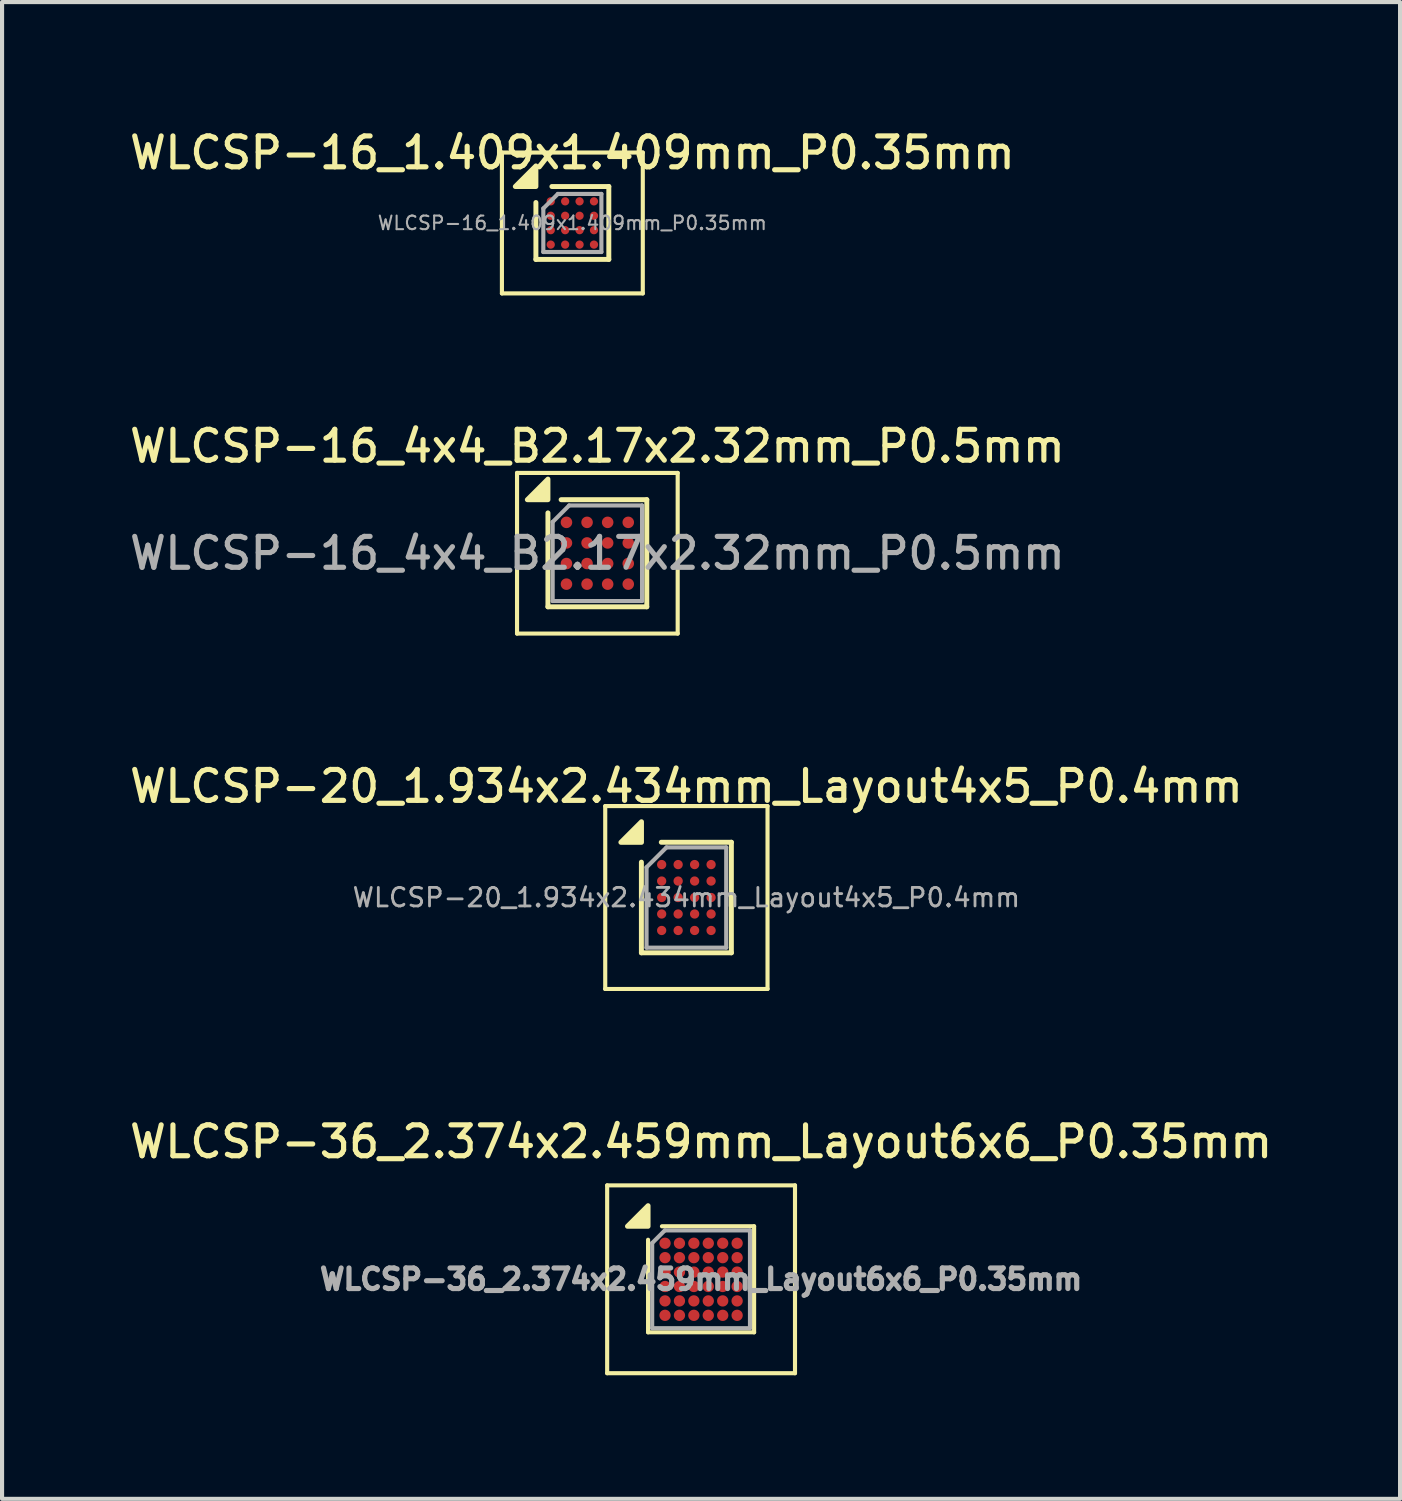
<source format=kicad_pcb>
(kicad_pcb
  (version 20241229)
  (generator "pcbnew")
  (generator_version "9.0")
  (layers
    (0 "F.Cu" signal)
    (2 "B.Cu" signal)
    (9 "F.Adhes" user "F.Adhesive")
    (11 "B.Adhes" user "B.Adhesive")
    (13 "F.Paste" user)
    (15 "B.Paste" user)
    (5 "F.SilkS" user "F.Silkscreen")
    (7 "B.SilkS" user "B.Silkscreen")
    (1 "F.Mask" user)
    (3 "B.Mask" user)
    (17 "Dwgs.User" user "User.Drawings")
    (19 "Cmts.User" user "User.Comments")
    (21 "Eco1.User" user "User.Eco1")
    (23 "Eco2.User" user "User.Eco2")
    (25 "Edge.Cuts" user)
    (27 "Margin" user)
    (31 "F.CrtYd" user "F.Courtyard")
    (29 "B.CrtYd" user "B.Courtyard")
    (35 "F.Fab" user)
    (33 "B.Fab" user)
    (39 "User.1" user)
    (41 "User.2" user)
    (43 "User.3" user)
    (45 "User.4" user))
  (footprint "WLCSP-16_1.409x1.409mm_P0.35mm"
    (layer "F.Cu")
    (at 10.845 2.363)
    (property "Reference" "WLCSP-16_1.409x1.409mm_P0.35mm" (at 0 -1.704 0) (layer "F.SilkS") (effects (font (size 0.75 0.75) (thickness 0.125))))
    (attr smd)
    (fp_line (start -1.71 -1.71) (end -1.71 1.71) (stroke (width 0.1) (type solid)) (layer "F.SilkS"))
    (fp_line (start -1.71 1.71) (end 1.71 1.71) (stroke (width 0.1) (type solid)) (layer "F.SilkS"))
    (fp_line (start -0.885 0.885) (end -0.885 -0.497) (stroke (width 0.12) (type solid)) (layer "F.SilkS"))
    (fp_line (start -0.497 -0.885) (end 0.885 -0.885) (stroke (width 0.12) (type solid)) (layer "F.SilkS"))
    (fp_line (start 0.885 -0.885) (end 0.885 0.885) (stroke (width 0.12) (type solid)) (layer "F.SilkS"))
    (fp_line (start 0.885 0.885) (end -0.885 0.885) (stroke (width 0.12) (type solid)) (layer "F.SilkS"))
    (fp_line (start 1.71 -1.71) (end -1.71 -1.71) (stroke (width 0.1) (type solid)) (layer "F.SilkS"))
    (fp_line (start 1.71 1.71) (end 1.71 -1.71) (stroke (width 0.1) (type solid)) (layer "F.SilkS"))
    (fp_poly (pts (xy -0.885 -0.885) (xy -1.385 -0.885) (xy -0.885 -1.385) (xy -0.885 -0.885)) (stroke (width 0.12) (type solid)) (fill yes) (layer "F.SilkS"))
    (fp_line (start -0.705 -0.352) (end -0.352 -0.705) (stroke (width 0.1) (type solid)) (layer "F.Fab"))
    (fp_line (start -0.705 0.705) (end -0.705 -0.352) (stroke (width 0.1) (type solid)) (layer "F.Fab"))
    (fp_line (start -0.352 -0.705) (end 0.705 -0.705) (stroke (width 0.1) (type solid)) (layer "F.Fab"))
    (fp_line (start 0.705 -0.705) (end 0.705 0.705) (stroke (width 0.1) (type solid)) (layer "F.Fab"))
    (fp_line (start 0.705 0.705) (end -0.705 0.705) (stroke (width 0.1) (type solid)) (layer "F.Fab"))
    (fp_text user "${REFERENCE}" (at 0 0 0) (layer "F.Fab") (effects (font (size 0.33 0.33) (thickness 0.05))))
    (pad "A1" smd circle (at -0.525 -0.525) (size 0.2 0.2) (property pad_prop_bga) (layers "F.Cu" "F.Mask" "F.Paste"))
    (pad "A2" smd circle (at -0.175 -0.525) (size 0.2 0.2) (property pad_prop_bga) (layers "F.Cu" "F.Mask" "F.Paste"))
    (pad "A3" smd circle (at 0.175 -0.525) (size 0.2 0.2) (property pad_prop_bga) (layers "F.Cu" "F.Mask" "F.Paste"))
    (pad "A4" smd circle (at 0.525 -0.525) (size 0.2 0.2) (property pad_prop_bga) (layers "F.Cu" "F.Mask" "F.Paste"))
    (pad "B1" smd circle (at -0.525 -0.175) (size 0.2 0.2) (property pad_prop_bga) (layers "F.Cu" "F.Mask" "F.Paste"))
    (pad "B2" smd circle (at -0.175 -0.175) (size 0.2 0.2) (property pad_prop_bga) (layers "F.Cu" "F.Mask" "F.Paste"))
    (pad "B3" smd circle (at 0.175 -0.175) (size 0.2 0.2) (property pad_prop_bga) (layers "F.Cu" "F.Mask" "F.Paste"))
    (pad "B4" smd circle (at 0.525 -0.175) (size 0.2 0.2) (property pad_prop_bga) (layers "F.Cu" "F.Mask" "F.Paste"))
    (pad "C1" smd circle (at -0.525 0.175) (size 0.2 0.2) (property pad_prop_bga) (layers "F.Cu" "F.Mask" "F.Paste"))
    (pad "C2" smd circle (at -0.175 0.175) (size 0.2 0.2) (property pad_prop_bga) (layers "F.Cu" "F.Mask" "F.Paste"))
    (pad "C3" smd circle (at 0.175 0.175) (size 0.2 0.2) (property pad_prop_bga) (layers "F.Cu" "F.Mask" "F.Paste"))
    (pad "C4" smd circle (at 0.525 0.175) (size 0.2 0.2) (property pad_prop_bga) (layers "F.Cu" "F.Mask" "F.Paste"))
    (pad "D1" smd circle (at -0.525 0.525) (size 0.2 0.2) (property pad_prop_bga) (layers "F.Cu" "F.Mask" "F.Paste"))
    (pad "D2" smd circle (at -0.175 0.525) (size 0.2 0.2) (property pad_prop_bga) (layers "F.Cu" "F.Mask" "F.Paste"))
    (pad "D3" smd circle (at 0.175 0.525) (size 0.2 0.2) (property pad_prop_bga) (layers "F.Cu" "F.Mask" "F.Paste"))
    (pad "D4" smd circle (at 0.525 0.525) (size 0.2 0.2) (property pad_prop_bga) (layers "F.Cu" "F.Mask" "F.Paste")))
  (footprint "WLCSP-16_4x4_B2.17x2.32mm_P0.5mm"
    (layer "F.Cu")
    (at 11.452 10.381)
    (property "Reference" "WLCSP-16_4x4_B2.17x2.32mm_P0.5mm" (at 0 -2.6 0) (layer "F.SilkS") (effects (font (size 0.75 0.75) (thickness 0.125))))
    (attr smd)
    (fp_line (start -1.95 -1.95) (end -1.95 1.95) (stroke (width 0.1) (type solid)) (layer "F.SilkS"))
    (fp_line (start -1.95 -1.95) (end 1.95 -1.95) (stroke (width 0.1) (type solid)) (layer "F.SilkS"))
    (fp_line (start -1.2 1.3) (end -1.2 -0.98) (stroke (width 0.12) (type solid)) (layer "F.SilkS"))
    (fp_line (start -0.88 -1.3) (end 1.2 -1.3) (stroke (width 0.12) (type solid)) (layer "F.SilkS"))
    (fp_line (start 1.2 -1.3) (end 1.2 1.3) (stroke (width 0.12) (type solid)) (layer "F.SilkS"))
    (fp_line (start 1.2 1.3) (end -1.2 1.3) (stroke (width 0.12) (type solid)) (layer "F.SilkS"))
    (fp_line (start 1.95 1.95) (end -1.95 1.95) (stroke (width 0.1) (type solid)) (layer "F.SilkS"))
    (fp_line (start 1.95 1.95) (end 1.95 -1.95) (stroke (width 0.1) (type solid)) (layer "F.SilkS"))
    (fp_poly (pts (xy -1.2 -1.3) (xy -1.7 -1.3) (xy -1.2 -1.8) (xy -1.2 -1.3)) (stroke (width 0.12) (type solid)) (fill yes) (layer "F.SilkS"))
    (fp_line (start -1.085 -0.76) (end -0.685 -1.16) (stroke (width 0.1) (type solid)) (layer "F.Fab"))
    (fp_line (start -1.085 1.16) (end -1.085 -0.76) (stroke (width 0.1) (type solid)) (layer "F.Fab"))
    (fp_line (start -0.685 -1.16) (end 1.085 -1.16) (stroke (width 0.1) (type solid)) (layer "F.Fab"))
    (fp_line (start 1.085 -1.16) (end 1.085 1.16) (stroke (width 0.1) (type solid)) (layer "F.Fab"))
    (fp_line (start 1.085 1.16) (end -1.085 1.16) (stroke (width 0.1) (type solid)) (layer "F.Fab"))
    (fp_text user "${REFERENCE}" (at 0 0 0) (layer "F.Fab") (effects (font (size 0.75 0.75) (thickness 0.125))))
    (pad "A1" smd circle (at -0.75 -0.75) (size 0.28 0.28) (property pad_prop_bga) (layers "F.Cu" "F.Mask" "F.Paste"))
    (pad "A2" smd circle (at -0.25 -0.75) (size 0.28 0.28) (property pad_prop_bga) (layers "F.Cu" "F.Mask" "F.Paste"))
    (pad "A3" smd circle (at 0.25 -0.75) (size 0.28 0.28) (property pad_prop_bga) (layers "F.Cu" "F.Mask" "F.Paste"))
    (pad "A4" smd circle (at 0.75 -0.75) (size 0.28 0.28) (property pad_prop_bga) (layers "F.Cu" "F.Mask" "F.Paste"))
    (pad "B1" smd circle (at -0.75 -0.25) (size 0.28 0.28) (property pad_prop_bga) (layers "F.Cu" "F.Mask" "F.Paste"))
    (pad "B2" smd circle (at -0.25 -0.25) (size 0.28 0.28) (property pad_prop_bga) (layers "F.Cu" "F.Mask" "F.Paste"))
    (pad "B3" smd circle (at 0.25 -0.25) (size 0.28 0.28) (property pad_prop_bga) (layers "F.Cu" "F.Mask" "F.Paste"))
    (pad "B4" smd circle (at 0.75 -0.25) (size 0.28 0.28) (property pad_prop_bga) (layers "F.Cu" "F.Mask" "F.Paste"))
    (pad "C1" smd circle (at -0.75 0.25) (size 0.28 0.28) (property pad_prop_bga) (layers "F.Cu" "F.Mask" "F.Paste"))
    (pad "C2" smd circle (at -0.25 0.25) (size 0.28 0.28) (property pad_prop_bga) (layers "F.Cu" "F.Mask" "F.Paste"))
    (pad "C3" smd circle (at 0.25 0.25) (size 0.28 0.28) (property pad_prop_bga) (layers "F.Cu" "F.Mask" "F.Paste"))
    (pad "C4" smd circle (at 0.75 0.25) (size 0.28 0.28) (property pad_prop_bga) (layers "F.Cu" "F.Mask" "F.Paste"))
    (pad "D1" smd circle (at -0.75 0.75) (size 0.28 0.28) (property pad_prop_bga) (layers "F.Cu" "F.Mask" "F.Paste"))
    (pad "D2" smd circle (at -0.25 0.75) (size 0.28 0.28) (property pad_prop_bga) (layers "F.Cu" "F.Mask" "F.Paste"))
    (pad "D3" smd circle (at 0.25 0.75) (size 0.28 0.28) (property pad_prop_bga) (layers "F.Cu" "F.Mask" "F.Paste"))
    (pad "D4" smd circle (at 0.75 0.75) (size 0.28 0.28) (property pad_prop_bga) (layers "F.Cu" "F.Mask" "F.Paste")))
  (footprint "WLCSP-36_2.374x2.459mm_Layout6x6_P0.35mm"
    (layer "F.Cu")
    (at 13.97 28.007)
    (property "Reference" "WLCSP-36_2.374x2.459mm_Layout6x6_P0.35mm" (at 0 -3.34 0) (layer "F.SilkS") (effects (font (size 0.75 0.75) (thickness 0.125))))
    (attr smd)
    (fp_line (start -2.28 -2.28) (end 2.28 -2.28) (stroke (width 0.1) (type solid)) (layer "F.SilkS"))
    (fp_line (start -2.28 2.28) (end -2.28 -2.28) (stroke (width 0.1) (type solid)) (layer "F.SilkS"))
    (fp_line (start -2.28 2.28) (end 2.28 2.28) (stroke (width 0.1) (type solid)) (layer "F.SilkS"))
    (fp_line (start -1.287 1.287) (end -1.287 -0.96) (stroke (width 0.1) (type solid)) (layer "F.SilkS"))
    (fp_line (start -1.287 1.287) (end 1.287 1.287) (stroke (width 0.1) (type solid)) (layer "F.SilkS"))
    (fp_line (start -0.95 -1.287) (end 1.287 -1.287) (stroke (width 0.1) (type solid)) (layer "F.SilkS"))
    (fp_line (start 1.287 1.287) (end 1.287 -1.287) (stroke (width 0.1) (type solid)) (layer "F.SilkS"))
    (fp_line (start 2.28 2.28) (end 2.28 -2.28) (stroke (width 0.1) (type solid)) (layer "F.SilkS"))
    (fp_poly (pts (xy -1.287 -1.287) (xy -1.787 -1.287) (xy -1.287 -1.787) (xy -1.287 -1.287)) (stroke (width 0.12) (type solid)) (fill yes) (layer "F.SilkS"))
    (fp_line (start -1.187 -0.88) (end -0.88 -1.187) (stroke (width 0.1) (type solid)) (layer "F.Fab"))
    (fp_line (start -1.187 1.187) (end -1.187 -0.88) (stroke (width 0.1) (type solid)) (layer "F.Fab"))
    (fp_line (start -1.187 1.187) (end 1.187 1.187) (stroke (width 0.1) (type solid)) (layer "F.Fab"))
    (fp_line (start -0.88 -1.187) (end 1.187 -1.187) (stroke (width 0.1) (type solid)) (layer "F.Fab"))
    (fp_line (start 1.187 1.187) (end 1.187 -1.187) (stroke (width 0.1) (type solid)) (layer "F.Fab"))
    (fp_text user "${REFERENCE}" (at 0 0 0) (layer "F.Fab") (effects (font (size 0.5 0.5) (thickness 0.125))))
    (pad "A1" smd circle (at -0.875 -0.875) (size 0.274 0.274) (property pad_prop_bga) (layers "F.Cu" "F.Mask" "F.Paste"))
    (pad "A2" smd circle (at -0.525 -0.875) (size 0.274 0.274) (property pad_prop_bga) (layers "F.Cu" "F.Mask" "F.Paste"))
    (pad "A3" smd circle (at -0.175 -0.875) (size 0.274 0.274) (property pad_prop_bga) (layers "F.Cu" "F.Mask" "F.Paste"))
    (pad "A4" smd circle (at 0.175 -0.875) (size 0.274 0.274) (property pad_prop_bga) (layers "F.Cu" "F.Mask" "F.Paste"))
    (pad "A5" smd circle (at 0.525 -0.875) (size 0.274 0.274) (property pad_prop_bga) (layers "F.Cu" "F.Mask" "F.Paste"))
    (pad "A6" smd circle (at 0.875 -0.875) (size 0.274 0.274) (property pad_prop_bga) (layers "F.Cu" "F.Mask" "F.Paste"))
    (pad "B1" smd circle (at -0.875 -0.525) (size 0.274 0.274) (property pad_prop_bga) (layers "F.Cu" "F.Mask" "F.Paste"))
    (pad "B2" smd circle (at -0.525 -0.525) (size 0.274 0.274) (property pad_prop_bga) (layers "F.Cu" "F.Mask" "F.Paste"))
    (pad "B3" smd circle (at -0.175 -0.525) (size 0.274 0.274) (property pad_prop_bga) (layers "F.Cu" "F.Mask" "F.Paste"))
    (pad "B4" smd circle (at 0.175 -0.525) (size 0.274 0.274) (property pad_prop_bga) (layers "F.Cu" "F.Mask" "F.Paste"))
    (pad "B5" smd circle (at 0.525 -0.525) (size 0.274 0.274) (property pad_prop_bga) (layers "F.Cu" "F.Mask" "F.Paste"))
    (pad "B6" smd circle (at 0.875 -0.525) (size 0.274 0.274) (property pad_prop_bga) (layers "F.Cu" "F.Mask" "F.Paste"))
    (pad "C1" smd circle (at -0.875 -0.175) (size 0.274 0.274) (property pad_prop_bga) (layers "F.Cu" "F.Mask" "F.Paste"))
    (pad "C2" smd circle (at -0.525 -0.175) (size 0.274 0.274) (property pad_prop_bga) (layers "F.Cu" "F.Mask" "F.Paste"))
    (pad "C3" smd circle (at -0.175 -0.175) (size 0.274 0.274) (property pad_prop_bga) (layers "F.Cu" "F.Mask" "F.Paste"))
    (pad "C4" smd circle (at 0.175 -0.175) (size 0.274 0.274) (property pad_prop_bga) (layers "F.Cu" "F.Mask" "F.Paste"))
    (pad "C5" smd circle (at 0.525 -0.175) (size 0.274 0.274) (property pad_prop_bga) (layers "F.Cu" "F.Mask" "F.Paste"))
    (pad "C6" smd circle (at 0.875 -0.175) (size 0.274 0.274) (property pad_prop_bga) (layers "F.Cu" "F.Mask" "F.Paste"))
    (pad "D1" smd circle (at -0.875 0.175) (size 0.274 0.274) (property pad_prop_bga) (layers "F.Cu" "F.Mask" "F.Paste"))
    (pad "D2" smd circle (at -0.525 0.175) (size 0.274 0.274) (property pad_prop_bga) (layers "F.Cu" "F.Mask" "F.Paste"))
    (pad "D3" smd circle (at -0.175 0.175) (size 0.274 0.274) (property pad_prop_bga) (layers "F.Cu" "F.Mask" "F.Paste"))
    (pad "D4" smd circle (at 0.175 0.175) (size 0.274 0.274) (property pad_prop_bga) (layers "F.Cu" "F.Mask" "F.Paste"))
    (pad "D5" smd circle (at 0.525 0.175) (size 0.274 0.274) (property pad_prop_bga) (layers "F.Cu" "F.Mask" "F.Paste"))
    (pad "D6" smd circle (at 0.875 0.175) (size 0.274 0.274) (property pad_prop_bga) (layers "F.Cu" "F.Mask" "F.Paste"))
    (pad "E1" smd circle (at -0.875 0.525) (size 0.274 0.274) (property pad_prop_bga) (layers "F.Cu" "F.Mask" "F.Paste"))
    (pad "E2" smd circle (at -0.525 0.525) (size 0.274 0.274) (property pad_prop_bga) (layers "F.Cu" "F.Mask" "F.Paste"))
    (pad "E3" smd circle (at -0.175 0.525) (size 0.274 0.274) (property pad_prop_bga) (layers "F.Cu" "F.Mask" "F.Paste"))
    (pad "E4" smd circle (at 0.175 0.525) (size 0.274 0.274) (property pad_prop_bga) (layers "F.Cu" "F.Mask" "F.Paste"))
    (pad "E5" smd circle (at 0.525 0.525) (size 0.274 0.274) (property pad_prop_bga) (layers "F.Cu" "F.Mask" "F.Paste"))
    (pad "E6" smd circle (at 0.875 0.525) (size 0.274 0.274) (property pad_prop_bga) (layers "F.Cu" "F.Mask" "F.Paste"))
    (pad "F1" smd circle (at -0.875 0.875) (size 0.274 0.274) (property pad_prop_bga) (layers "F.Cu" "F.Mask" "F.Paste"))
    (pad "F2" smd circle (at -0.525 0.875) (size 0.274 0.274) (property pad_prop_bga) (layers "F.Cu" "F.Mask" "F.Paste"))
    (pad "F3" smd circle (at -0.175 0.875) (size 0.274 0.274) (property pad_prop_bga) (layers "F.Cu" "F.Mask" "F.Paste"))
    (pad "F4" smd circle (at 0.175 0.875) (size 0.274 0.274) (property pad_prop_bga) (layers "F.Cu" "F.Mask" "F.Paste"))
    (pad "F5" smd circle (at 0.525 0.875) (size 0.274 0.274) (property pad_prop_bga) (layers "F.Cu" "F.Mask" "F.Paste"))
    (pad "F6" smd circle (at 0.875 0.875) (size 0.274 0.274) (property pad_prop_bga) (layers "F.Cu" "F.Mask" "F.Paste")))
  (footprint "WLCSP-20_1.934x2.434mm_Layout4x5_P0.4mm"
    (layer "F.Cu")
    (at 13.613 18.739)
    (property "Reference" "WLCSP-20_1.934x2.434mm_Layout4x5_P0.4mm" (at 0 -2.7 0) (layer "F.SilkS") (effects (font (size 0.75 0.75) (thickness 0.125))))
    (attr smd)
    (fp_line (start -1.97 -2.22) (end -1.97 2.22) (stroke (width 0.1) (type solid)) (layer "F.SilkS"))
    (fp_line (start -1.97 2.22) (end 1.97 2.22) (stroke (width 0.1) (type solid)) (layer "F.SilkS"))
    (fp_line (start -1.092 1.342) (end -1.092 -0.859) (stroke (width 0.12) (type solid)) (layer "F.SilkS"))
    (fp_line (start -0.609 -1.342) (end 1.092 -1.342) (stroke (width 0.12) (type solid)) (layer "F.SilkS"))
    (fp_line (start 1.092 -1.342) (end 1.092 1.342) (stroke (width 0.12) (type solid)) (layer "F.SilkS"))
    (fp_line (start 1.092 1.342) (end -1.092 1.342) (stroke (width 0.12) (type solid)) (layer "F.SilkS"))
    (fp_line (start 1.97 -2.22) (end -1.97 -2.22) (stroke (width 0.1) (type solid)) (layer "F.SilkS"))
    (fp_line (start 1.97 2.22) (end 1.97 -2.22) (stroke (width 0.1) (type solid)) (layer "F.SilkS"))
    (fp_poly (pts (xy -1.09 -1.34) (xy -1.59 -1.34) (xy -1.09 -1.84) (xy -1.09 -1.34)) (stroke (width 0.12) (type solid)) (fill yes) (layer "F.SilkS"))
    (fp_line (start -0.967 -0.734) (end -0.483 -1.217) (stroke (width 0.1) (type solid)) (layer "F.Fab"))
    (fp_line (start -0.967 1.217) (end -0.967 -0.734) (stroke (width 0.1) (type solid)) (layer "F.Fab"))
    (fp_line (start -0.483 -1.217) (end 0.967 -1.217) (stroke (width 0.1) (type solid)) (layer "F.Fab"))
    (fp_line (start 0.967 -1.217) (end 0.967 1.217) (stroke (width 0.1) (type solid)) (layer "F.Fab"))
    (fp_line (start 0.967 1.217) (end -0.967 1.217) (stroke (width 0.1) (type solid)) (layer "F.Fab"))
    (fp_text user "${REFERENCE}" (at 0 0 0) (layer "F.Fab") (effects (font (size 0.45 0.45) (thickness 0.068))))
    (pad "A1" smd circle (at -0.6 -0.8) (size 0.225 0.225) (property pad_prop_bga) (layers "F.Cu" "F.Mask" "F.Paste"))
    (pad "A2" smd circle (at -0.2 -0.8) (size 0.225 0.225) (property pad_prop_bga) (layers "F.Cu" "F.Mask" "F.Paste"))
    (pad "A3" smd circle (at 0.2 -0.8) (size 0.225 0.225) (property pad_prop_bga) (layers "F.Cu" "F.Mask" "F.Paste"))
    (pad "A4" smd circle (at 0.6 -0.8) (size 0.225 0.225) (property pad_prop_bga) (layers "F.Cu" "F.Mask" "F.Paste"))
    (pad "B1" smd circle (at -0.6 -0.4) (size 0.225 0.225) (property pad_prop_bga) (layers "F.Cu" "F.Mask" "F.Paste"))
    (pad "B2" smd circle (at -0.2 -0.4) (size 0.225 0.225) (property pad_prop_bga) (layers "F.Cu" "F.Mask" "F.Paste"))
    (pad "B3" smd circle (at 0.2 -0.4) (size 0.225 0.225) (property pad_prop_bga) (layers "F.Cu" "F.Mask" "F.Paste"))
    (pad "B4" smd circle (at 0.6 -0.4) (size 0.225 0.225) (property pad_prop_bga) (layers "F.Cu" "F.Mask" "F.Paste"))
    (pad "C1" smd circle (at -0.6 0) (size 0.225 0.225) (property pad_prop_bga) (layers "F.Cu" "F.Mask" "F.Paste"))
    (pad "C2" smd circle (at -0.2 0) (size 0.225 0.225) (property pad_prop_bga) (layers "F.Cu" "F.Mask" "F.Paste"))
    (pad "C3" smd circle (at 0.2 0) (size 0.225 0.225) (property pad_prop_bga) (layers "F.Cu" "F.Mask" "F.Paste"))
    (pad "C4" smd circle (at 0.6 0) (size 0.225 0.225) (property pad_prop_bga) (layers "F.Cu" "F.Mask" "F.Paste"))
    (pad "D1" smd circle (at -0.6 0.4) (size 0.225 0.225) (property pad_prop_bga) (layers "F.Cu" "F.Mask" "F.Paste"))
    (pad "D2" smd circle (at -0.2 0.4) (size 0.225 0.225) (property pad_prop_bga) (layers "F.Cu" "F.Mask" "F.Paste"))
    (pad "D3" smd circle (at 0.2 0.4) (size 0.225 0.225) (property pad_prop_bga) (layers "F.Cu" "F.Mask" "F.Paste"))
    (pad "D4" smd circle (at 0.6 0.4) (size 0.225 0.225) (property pad_prop_bga) (layers "F.Cu" "F.Mask" "F.Paste"))
    (pad "E1" smd circle (at -0.6 0.8) (size 0.225 0.225) (property pad_prop_bga) (layers "F.Cu" "F.Mask" "F.Paste"))
    (pad "E2" smd circle (at -0.2 0.8) (size 0.225 0.225) (property pad_prop_bga) (layers "F.Cu" "F.Mask" "F.Paste"))
    (pad "E3" smd circle (at 0.2 0.8) (size 0.225 0.225) (property pad_prop_bga) (layers "F.Cu" "F.Mask" "F.Paste"))
    (pad "E4" smd circle (at 0.6 0.8) (size 0.225 0.225) (property pad_prop_bga) (layers "F.Cu" "F.Mask" "F.Paste")))
  (gr_rect
    (start -3 -3)
    (end 30.939 33.337)
    (stroke (width 0.1) (type default))
    (fill no)
    (layer "Edge.Cuts")))
</source>
